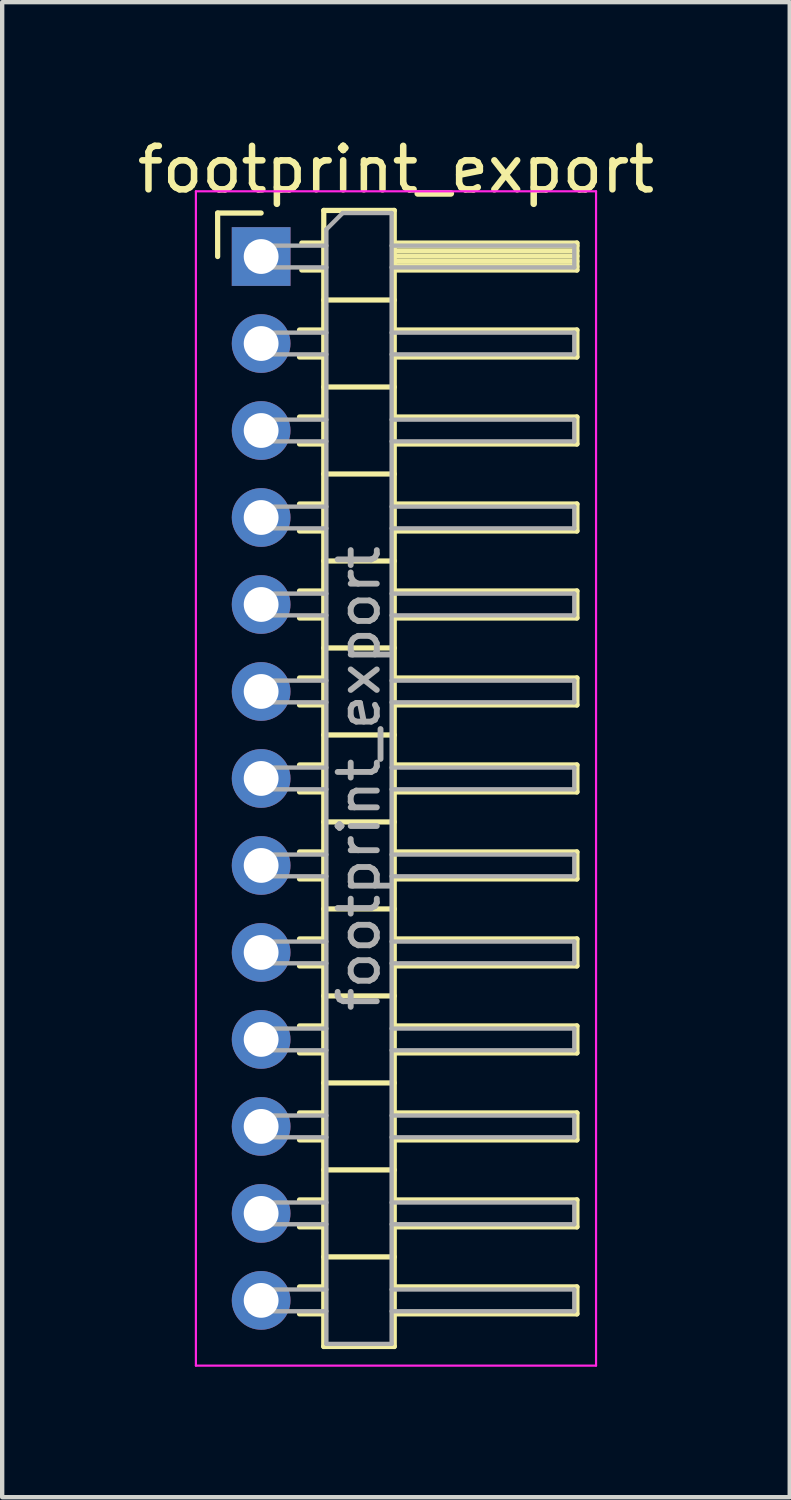
<source format=kicad_pcb>
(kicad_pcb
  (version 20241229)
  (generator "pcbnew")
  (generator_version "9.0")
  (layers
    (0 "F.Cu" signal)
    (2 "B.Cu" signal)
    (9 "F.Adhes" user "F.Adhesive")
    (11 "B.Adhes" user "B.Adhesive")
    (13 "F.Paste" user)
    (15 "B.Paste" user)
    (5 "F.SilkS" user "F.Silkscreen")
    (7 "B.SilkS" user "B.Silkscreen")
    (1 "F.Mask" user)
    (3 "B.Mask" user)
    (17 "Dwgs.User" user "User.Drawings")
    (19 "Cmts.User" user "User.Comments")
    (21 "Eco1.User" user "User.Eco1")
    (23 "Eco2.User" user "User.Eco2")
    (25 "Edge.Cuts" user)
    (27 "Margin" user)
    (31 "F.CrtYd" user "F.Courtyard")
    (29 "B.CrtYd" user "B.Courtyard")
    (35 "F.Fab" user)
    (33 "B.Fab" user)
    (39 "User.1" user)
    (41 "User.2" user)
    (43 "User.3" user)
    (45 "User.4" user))
  (footprint "footprint_export"
    (layer "F.Cu")
    (at 2.954 2.848)
    (property "Reference" "footprint_export" (at 3.1 -2 0) (layer "F.SilkS") (effects (font (size 1 1) (thickness 0.15))))
    (attr through_hole)
    (fp_line (start -1 -1) (end 0 -1) (stroke (width 0.12) (type solid)) (layer "F.SilkS"))
    (fp_line (start -1 0) (end -1 -1) (stroke (width 0.12) (type solid)) (layer "F.SilkS"))
    (fp_line (start 0.882 1.69) (end 1.44 1.69) (stroke (width 0.12) (type solid)) (layer "F.SilkS"))
    (fp_line (start 0.882 2.31) (end 1.44 2.31) (stroke (width 0.12) (type solid)) (layer "F.SilkS"))
    (fp_line (start 0.882 3.69) (end 1.44 3.69) (stroke (width 0.12) (type solid)) (layer "F.SilkS"))
    (fp_line (start 0.882 4.31) (end 1.44 4.31) (stroke (width 0.12) (type solid)) (layer "F.SilkS"))
    (fp_line (start 0.882 5.69) (end 1.44 5.69) (stroke (width 0.12) (type solid)) (layer "F.SilkS"))
    (fp_line (start 0.882 6.31) (end 1.44 6.31) (stroke (width 0.12) (type solid)) (layer "F.SilkS"))
    (fp_line (start 0.882 7.69) (end 1.44 7.69) (stroke (width 0.12) (type solid)) (layer "F.SilkS"))
    (fp_line (start 0.882 8.31) (end 1.44 8.31) (stroke (width 0.12) (type solid)) (layer "F.SilkS"))
    (fp_line (start 0.882 9.69) (end 1.44 9.69) (stroke (width 0.12) (type solid)) (layer "F.SilkS"))
    (fp_line (start 0.882 10.31) (end 1.44 10.31) (stroke (width 0.12) (type solid)) (layer "F.SilkS"))
    (fp_line (start 0.882 11.69) (end 1.44 11.69) (stroke (width 0.12) (type solid)) (layer "F.SilkS"))
    (fp_line (start 0.882 12.31) (end 1.44 12.31) (stroke (width 0.12) (type solid)) (layer "F.SilkS"))
    (fp_line (start 0.882 13.69) (end 1.44 13.69) (stroke (width 0.12) (type solid)) (layer "F.SilkS"))
    (fp_line (start 0.882 14.31) (end 1.44 14.31) (stroke (width 0.12) (type solid)) (layer "F.SilkS"))
    (fp_line (start 0.882 15.69) (end 1.44 15.69) (stroke (width 0.12) (type solid)) (layer "F.SilkS"))
    (fp_line (start 0.882 16.31) (end 1.44 16.31) (stroke (width 0.12) (type solid)) (layer "F.SilkS"))
    (fp_line (start 0.882 17.69) (end 1.44 17.69) (stroke (width 0.12) (type solid)) (layer "F.SilkS"))
    (fp_line (start 0.882 18.31) (end 1.44 18.31) (stroke (width 0.12) (type solid)) (layer "F.SilkS"))
    (fp_line (start 0.882 19.69) (end 1.44 19.69) (stroke (width 0.12) (type solid)) (layer "F.SilkS"))
    (fp_line (start 0.882 20.31) (end 1.44 20.31) (stroke (width 0.12) (type solid)) (layer "F.SilkS"))
    (fp_line (start 0.882 21.69) (end 1.44 21.69) (stroke (width 0.12) (type solid)) (layer "F.SilkS"))
    (fp_line (start 0.882 22.31) (end 1.44 22.31) (stroke (width 0.12) (type solid)) (layer "F.SilkS"))
    (fp_line (start 0.882 23.69) (end 1.44 23.69) (stroke (width 0.12) (type solid)) (layer "F.SilkS"))
    (fp_line (start 0.882 24.31) (end 1.44 24.31) (stroke (width 0.12) (type solid)) (layer "F.SilkS"))
    (fp_line (start 0.935 -0.31) (end 1.44 -0.31) (stroke (width 0.12) (type solid)) (layer "F.SilkS"))
    (fp_line (start 0.935 0.31) (end 1.44 0.31) (stroke (width 0.12) (type solid)) (layer "F.SilkS"))
    (fp_line (start 1.44 -1.06) (end 1.44 25.06) (stroke (width 0.12) (type solid)) (layer "F.SilkS"))
    (fp_line (start 1.44 1) (end 3.06 1) (stroke (width 0.12) (type solid)) (layer "F.SilkS"))
    (fp_line (start 1.44 3) (end 3.06 3) (stroke (width 0.12) (type solid)) (layer "F.SilkS"))
    (fp_line (start 1.44 5) (end 3.06 5) (stroke (width 0.12) (type solid)) (layer "F.SilkS"))
    (fp_line (start 1.44 7) (end 3.06 7) (stroke (width 0.12) (type solid)) (layer "F.SilkS"))
    (fp_line (start 1.44 9) (end 3.06 9) (stroke (width 0.12) (type solid)) (layer "F.SilkS"))
    (fp_line (start 1.44 11) (end 3.06 11) (stroke (width 0.12) (type solid)) (layer "F.SilkS"))
    (fp_line (start 1.44 13) (end 3.06 13) (stroke (width 0.12) (type solid)) (layer "F.SilkS"))
    (fp_line (start 1.44 15) (end 3.06 15) (stroke (width 0.12) (type solid)) (layer "F.SilkS"))
    (fp_line (start 1.44 17) (end 3.06 17) (stroke (width 0.12) (type solid)) (layer "F.SilkS"))
    (fp_line (start 1.44 19) (end 3.06 19) (stroke (width 0.12) (type solid)) (layer "F.SilkS"))
    (fp_line (start 1.44 21) (end 3.06 21) (stroke (width 0.12) (type solid)) (layer "F.SilkS"))
    (fp_line (start 1.44 23) (end 3.06 23) (stroke (width 0.12) (type solid)) (layer "F.SilkS"))
    (fp_line (start 1.44 25.06) (end 3.06 25.06) (stroke (width 0.12) (type solid)) (layer "F.SilkS"))
    (fp_line (start 3.06 -1.06) (end 1.44 -1.06) (stroke (width 0.12) (type solid)) (layer "F.SilkS"))
    (fp_line (start 3.06 -0.31) (end 7.26 -0.31) (stroke (width 0.12) (type solid)) (layer "F.SilkS"))
    (fp_line (start 3.06 -0.25) (end 7.26 -0.25) (stroke (width 0.12) (type solid)) (layer "F.SilkS"))
    (fp_line (start 3.06 -0.13) (end 7.26 -0.13) (stroke (width 0.12) (type solid)) (layer "F.SilkS"))
    (fp_line (start 3.06 -0.01) (end 7.26 -0.01) (stroke (width 0.12) (type solid)) (layer "F.SilkS"))
    (fp_line (start 3.06 0.11) (end 7.26 0.11) (stroke (width 0.12) (type solid)) (layer "F.SilkS"))
    (fp_line (start 3.06 0.23) (end 7.26 0.23) (stroke (width 0.12) (type solid)) (layer "F.SilkS"))
    (fp_line (start 3.06 1.69) (end 7.26 1.69) (stroke (width 0.12) (type solid)) (layer "F.SilkS"))
    (fp_line (start 3.06 3.69) (end 7.26 3.69) (stroke (width 0.12) (type solid)) (layer "F.SilkS"))
    (fp_line (start 3.06 5.69) (end 7.26 5.69) (stroke (width 0.12) (type solid)) (layer "F.SilkS"))
    (fp_line (start 3.06 7.69) (end 7.26 7.69) (stroke (width 0.12) (type solid)) (layer "F.SilkS"))
    (fp_line (start 3.06 9.69) (end 7.26 9.69) (stroke (width 0.12) (type solid)) (layer "F.SilkS"))
    (fp_line (start 3.06 11.69) (end 7.26 11.69) (stroke (width 0.12) (type solid)) (layer "F.SilkS"))
    (fp_line (start 3.06 13.69) (end 7.26 13.69) (stroke (width 0.12) (type solid)) (layer "F.SilkS"))
    (fp_line (start 3.06 15.69) (end 7.26 15.69) (stroke (width 0.12) (type solid)) (layer "F.SilkS"))
    (fp_line (start 3.06 17.69) (end 7.26 17.69) (stroke (width 0.12) (type solid)) (layer "F.SilkS"))
    (fp_line (start 3.06 19.69) (end 7.26 19.69) (stroke (width 0.12) (type solid)) (layer "F.SilkS"))
    (fp_line (start 3.06 21.69) (end 7.26 21.69) (stroke (width 0.12) (type solid)) (layer "F.SilkS"))
    (fp_line (start 3.06 23.69) (end 7.26 23.69) (stroke (width 0.12) (type solid)) (layer "F.SilkS"))
    (fp_line (start 3.06 25.06) (end 3.06 -1.06) (stroke (width 0.12) (type solid)) (layer "F.SilkS"))
    (fp_line (start 7.26 -0.31) (end 7.26 0.31) (stroke (width 0.12) (type solid)) (layer "F.SilkS"))
    (fp_line (start 7.26 0.31) (end 3.06 0.31) (stroke (width 0.12) (type solid)) (layer "F.SilkS"))
    (fp_line (start 7.26 1.69) (end 7.26 2.31) (stroke (width 0.12) (type solid)) (layer "F.SilkS"))
    (fp_line (start 7.26 2.31) (end 3.06 2.31) (stroke (width 0.12) (type solid)) (layer "F.SilkS"))
    (fp_line (start 7.26 3.69) (end 7.26 4.31) (stroke (width 0.12) (type solid)) (layer "F.SilkS"))
    (fp_line (start 7.26 4.31) (end 3.06 4.31) (stroke (width 0.12) (type solid)) (layer "F.SilkS"))
    (fp_line (start 7.26 5.69) (end 7.26 6.31) (stroke (width 0.12) (type solid)) (layer "F.SilkS"))
    (fp_line (start 7.26 6.31) (end 3.06 6.31) (stroke (width 0.12) (type solid)) (layer "F.SilkS"))
    (fp_line (start 7.26 7.69) (end 7.26 8.31) (stroke (width 0.12) (type solid)) (layer "F.SilkS"))
    (fp_line (start 7.26 8.31) (end 3.06 8.31) (stroke (width 0.12) (type solid)) (layer "F.SilkS"))
    (fp_line (start 7.26 9.69) (end 7.26 10.31) (stroke (width 0.12) (type solid)) (layer "F.SilkS"))
    (fp_line (start 7.26 10.31) (end 3.06 10.31) (stroke (width 0.12) (type solid)) (layer "F.SilkS"))
    (fp_line (start 7.26 11.69) (end 7.26 12.31) (stroke (width 0.12) (type solid)) (layer "F.SilkS"))
    (fp_line (start 7.26 12.31) (end 3.06 12.31) (stroke (width 0.12) (type solid)) (layer "F.SilkS"))
    (fp_line (start 7.26 13.69) (end 7.26 14.31) (stroke (width 0.12) (type solid)) (layer "F.SilkS"))
    (fp_line (start 7.26 14.31) (end 3.06 14.31) (stroke (width 0.12) (type solid)) (layer "F.SilkS"))
    (fp_line (start 7.26 15.69) (end 7.26 16.31) (stroke (width 0.12) (type solid)) (layer "F.SilkS"))
    (fp_line (start 7.26 16.31) (end 3.06 16.31) (stroke (width 0.12) (type solid)) (layer "F.SilkS"))
    (fp_line (start 7.26 17.69) (end 7.26 18.31) (stroke (width 0.12) (type solid)) (layer "F.SilkS"))
    (fp_line (start 7.26 18.31) (end 3.06 18.31) (stroke (width 0.12) (type solid)) (layer "F.SilkS"))
    (fp_line (start 7.26 19.69) (end 7.26 20.31) (stroke (width 0.12) (type solid)) (layer "F.SilkS"))
    (fp_line (start 7.26 20.31) (end 3.06 20.31) (stroke (width 0.12) (type solid)) (layer "F.SilkS"))
    (fp_line (start 7.26 21.69) (end 7.26 22.31) (stroke (width 0.12) (type solid)) (layer "F.SilkS"))
    (fp_line (start 7.26 22.31) (end 3.06 22.31) (stroke (width 0.12) (type solid)) (layer "F.SilkS"))
    (fp_line (start 7.26 23.69) (end 7.26 24.31) (stroke (width 0.12) (type solid)) (layer "F.SilkS"))
    (fp_line (start 7.26 24.31) (end 3.06 24.31) (stroke (width 0.12) (type solid)) (layer "F.SilkS"))
    (fp_line (start -1.5 -1.5) (end -1.5 25.5) (stroke (width 0.05) (type solid)) (layer "F.CrtYd"))
    (fp_line (start -1.5 25.5) (end 7.7 25.5) (stroke (width 0.05) (type solid)) (layer "F.CrtYd"))
    (fp_line (start 7.7 -1.5) (end -1.5 -1.5) (stroke (width 0.05) (type solid)) (layer "F.CrtYd"))
    (fp_line (start 7.7 25.5) (end 7.7 -1.5) (stroke (width 0.05) (type solid)) (layer "F.CrtYd"))
    (fp_line (start -0.25 -0.25) (end -0.25 0.25) (stroke (width 0.1) (type solid)) (layer "F.Fab"))
    (fp_line (start -0.25 -0.25) (end 1.5 -0.25) (stroke (width 0.1) (type solid)) (layer "F.Fab"))
    (fp_line (start -0.25 0.25) (end 1.5 0.25) (stroke (width 0.1) (type solid)) (layer "F.Fab"))
    (fp_line (start -0.25 1.75) (end -0.25 2.25) (stroke (width 0.1) (type solid)) (layer "F.Fab"))
    (fp_line (start -0.25 1.75) (end 1.5 1.75) (stroke (width 0.1) (type solid)) (layer "F.Fab"))
    (fp_line (start -0.25 2.25) (end 1.5 2.25) (stroke (width 0.1) (type solid)) (layer "F.Fab"))
    (fp_line (start -0.25 3.75) (end -0.25 4.25) (stroke (width 0.1) (type solid)) (layer "F.Fab"))
    (fp_line (start -0.25 3.75) (end 1.5 3.75) (stroke (width 0.1) (type solid)) (layer "F.Fab"))
    (fp_line (start -0.25 4.25) (end 1.5 4.25) (stroke (width 0.1) (type solid)) (layer "F.Fab"))
    (fp_line (start -0.25 5.75) (end -0.25 6.25) (stroke (width 0.1) (type solid)) (layer "F.Fab"))
    (fp_line (start -0.25 5.75) (end 1.5 5.75) (stroke (width 0.1) (type solid)) (layer "F.Fab"))
    (fp_line (start -0.25 6.25) (end 1.5 6.25) (stroke (width 0.1) (type solid)) (layer "F.Fab"))
    (fp_line (start -0.25 7.75) (end -0.25 8.25) (stroke (width 0.1) (type solid)) (layer "F.Fab"))
    (fp_line (start -0.25 7.75) (end 1.5 7.75) (stroke (width 0.1) (type solid)) (layer "F.Fab"))
    (fp_line (start -0.25 8.25) (end 1.5 8.25) (stroke (width 0.1) (type solid)) (layer "F.Fab"))
    (fp_line (start -0.25 9.75) (end -0.25 10.25) (stroke (width 0.1) (type solid)) (layer "F.Fab"))
    (fp_line (start -0.25 9.75) (end 1.5 9.75) (stroke (width 0.1) (type solid)) (layer "F.Fab"))
    (fp_line (start -0.25 10.25) (end 1.5 10.25) (stroke (width 0.1) (type solid)) (layer "F.Fab"))
    (fp_line (start -0.25 11.75) (end -0.25 12.25) (stroke (width 0.1) (type solid)) (layer "F.Fab"))
    (fp_line (start -0.25 11.75) (end 1.5 11.75) (stroke (width 0.1) (type solid)) (layer "F.Fab"))
    (fp_line (start -0.25 12.25) (end 1.5 12.25) (stroke (width 0.1) (type solid)) (layer "F.Fab"))
    (fp_line (start -0.25 13.75) (end -0.25 14.25) (stroke (width 0.1) (type solid)) (layer "F.Fab"))
    (fp_line (start -0.25 13.75) (end 1.5 13.75) (stroke (width 0.1) (type solid)) (layer "F.Fab"))
    (fp_line (start -0.25 14.25) (end 1.5 14.25) (stroke (width 0.1) (type solid)) (layer "F.Fab"))
    (fp_line (start -0.25 15.75) (end -0.25 16.25) (stroke (width 0.1) (type solid)) (layer "F.Fab"))
    (fp_line (start -0.25 15.75) (end 1.5 15.75) (stroke (width 0.1) (type solid)) (layer "F.Fab"))
    (fp_line (start -0.25 16.25) (end 1.5 16.25) (stroke (width 0.1) (type solid)) (layer "F.Fab"))
    (fp_line (start -0.25 17.75) (end -0.25 18.25) (stroke (width 0.1) (type solid)) (layer "F.Fab"))
    (fp_line (start -0.25 17.75) (end 1.5 17.75) (stroke (width 0.1) (type solid)) (layer "F.Fab"))
    (fp_line (start -0.25 18.25) (end 1.5 18.25) (stroke (width 0.1) (type solid)) (layer "F.Fab"))
    (fp_line (start -0.25 19.75) (end -0.25 20.25) (stroke (width 0.1) (type solid)) (layer "F.Fab"))
    (fp_line (start -0.25 19.75) (end 1.5 19.75) (stroke (width 0.1) (type solid)) (layer "F.Fab"))
    (fp_line (start -0.25 20.25) (end 1.5 20.25) (stroke (width 0.1) (type solid)) (layer "F.Fab"))
    (fp_line (start -0.25 21.75) (end -0.25 22.25) (stroke (width 0.1) (type solid)) (layer "F.Fab"))
    (fp_line (start -0.25 21.75) (end 1.5 21.75) (stroke (width 0.1) (type solid)) (layer "F.Fab"))
    (fp_line (start -0.25 22.25) (end 1.5 22.25) (stroke (width 0.1) (type solid)) (layer "F.Fab"))
    (fp_line (start -0.25 23.75) (end -0.25 24.25) (stroke (width 0.1) (type solid)) (layer "F.Fab"))
    (fp_line (start -0.25 23.75) (end 1.5 23.75) (stroke (width 0.1) (type solid)) (layer "F.Fab"))
    (fp_line (start -0.25 24.25) (end 1.5 24.25) (stroke (width 0.1) (type solid)) (layer "F.Fab"))
    (fp_line (start 1.5 -0.625) (end 1.875 -1) (stroke (width 0.1) (type solid)) (layer "F.Fab"))
    (fp_line (start 1.5 25) (end 1.5 -0.625) (stroke (width 0.1) (type solid)) (layer "F.Fab"))
    (fp_line (start 1.875 -1) (end 3 -1) (stroke (width 0.1) (type solid)) (layer "F.Fab"))
    (fp_line (start 3 -1) (end 3 25) (stroke (width 0.1) (type solid)) (layer "F.Fab"))
    (fp_line (start 3 -0.25) (end 7.2 -0.25) (stroke (width 0.1) (type solid)) (layer "F.Fab"))
    (fp_line (start 3 0.25) (end 7.2 0.25) (stroke (width 0.1) (type solid)) (layer "F.Fab"))
    (fp_line (start 3 1.75) (end 7.2 1.75) (stroke (width 0.1) (type solid)) (layer "F.Fab"))
    (fp_line (start 3 2.25) (end 7.2 2.25) (stroke (width 0.1) (type solid)) (layer "F.Fab"))
    (fp_line (start 3 3.75) (end 7.2 3.75) (stroke (width 0.1) (type solid)) (layer "F.Fab"))
    (fp_line (start 3 4.25) (end 7.2 4.25) (stroke (width 0.1) (type solid)) (layer "F.Fab"))
    (fp_line (start 3 5.75) (end 7.2 5.75) (stroke (width 0.1) (type solid)) (layer "F.Fab"))
    (fp_line (start 3 6.25) (end 7.2 6.25) (stroke (width 0.1) (type solid)) (layer "F.Fab"))
    (fp_line (start 3 7.75) (end 7.2 7.75) (stroke (width 0.1) (type solid)) (layer "F.Fab"))
    (fp_line (start 3 8.25) (end 7.2 8.25) (stroke (width 0.1) (type solid)) (layer "F.Fab"))
    (fp_line (start 3 9.75) (end 7.2 9.75) (stroke (width 0.1) (type solid)) (layer "F.Fab"))
    (fp_line (start 3 10.25) (end 7.2 10.25) (stroke (width 0.1) (type solid)) (layer "F.Fab"))
    (fp_line (start 3 11.75) (end 7.2 11.75) (stroke (width 0.1) (type solid)) (layer "F.Fab"))
    (fp_line (start 3 12.25) (end 7.2 12.25) (stroke (width 0.1) (type solid)) (layer "F.Fab"))
    (fp_line (start 3 13.75) (end 7.2 13.75) (stroke (width 0.1) (type solid)) (layer "F.Fab"))
    (fp_line (start 3 14.25) (end 7.2 14.25) (stroke (width 0.1) (type solid)) (layer "F.Fab"))
    (fp_line (start 3 15.75) (end 7.2 15.75) (stroke (width 0.1) (type solid)) (layer "F.Fab"))
    (fp_line (start 3 16.25) (end 7.2 16.25) (stroke (width 0.1) (type solid)) (layer "F.Fab"))
    (fp_line (start 3 17.75) (end 7.2 17.75) (stroke (width 0.1) (type solid)) (layer "F.Fab"))
    (fp_line (start 3 18.25) (end 7.2 18.25) (stroke (width 0.1) (type solid)) (layer "F.Fab"))
    (fp_line (start 3 19.75) (end 7.2 19.75) (stroke (width 0.1) (type solid)) (layer "F.Fab"))
    (fp_line (start 3 20.25) (end 7.2 20.25) (stroke (width 0.1) (type solid)) (layer "F.Fab"))
    (fp_line (start 3 21.75) (end 7.2 21.75) (stroke (width 0.1) (type solid)) (layer "F.Fab"))
    (fp_line (start 3 22.25) (end 7.2 22.25) (stroke (width 0.1) (type solid)) (layer "F.Fab"))
    (fp_line (start 3 23.75) (end 7.2 23.75) (stroke (width 0.1) (type solid)) (layer "F.Fab"))
    (fp_line (start 3 24.25) (end 7.2 24.25) (stroke (width 0.1) (type solid)) (layer "F.Fab"))
    (fp_line (start 3 25) (end 1.5 25) (stroke (width 0.1) (type solid)) (layer "F.Fab"))
    (fp_line (start 7.2 -0.25) (end 7.2 0.25) (stroke (width 0.1) (type solid)) (layer "F.Fab"))
    (fp_line (start 7.2 1.75) (end 7.2 2.25) (stroke (width 0.1) (type solid)) (layer "F.Fab"))
    (fp_line (start 7.2 3.75) (end 7.2 4.25) (stroke (width 0.1) (type solid)) (layer "F.Fab"))
    (fp_line (start 7.2 5.75) (end 7.2 6.25) (stroke (width 0.1) (type solid)) (layer "F.Fab"))
    (fp_line (start 7.2 7.75) (end 7.2 8.25) (stroke (width 0.1) (type solid)) (layer "F.Fab"))
    (fp_line (start 7.2 9.75) (end 7.2 10.25) (stroke (width 0.1) (type solid)) (layer "F.Fab"))
    (fp_line (start 7.2 11.75) (end 7.2 12.25) (stroke (width 0.1) (type solid)) (layer "F.Fab"))
    (fp_line (start 7.2 13.75) (end 7.2 14.25) (stroke (width 0.1) (type solid)) (layer "F.Fab"))
    (fp_line (start 7.2 15.75) (end 7.2 16.25) (stroke (width 0.1) (type solid)) (layer "F.Fab"))
    (fp_line (start 7.2 17.75) (end 7.2 18.25) (stroke (width 0.1) (type solid)) (layer "F.Fab"))
    (fp_line (start 7.2 19.75) (end 7.2 20.25) (stroke (width 0.1) (type solid)) (layer "F.Fab"))
    (fp_line (start 7.2 21.75) (end 7.2 22.25) (stroke (width 0.1) (type solid)) (layer "F.Fab"))
    (fp_line (start 7.2 23.75) (end 7.2 24.25) (stroke (width 0.1) (type solid)) (layer "F.Fab"))
    (fp_text user "${REFERENCE}" (at 2.25 12 90) (layer "F.Fab") (effects (font (size 0.9 0.9) (thickness 0.135))))
    (pad "1" thru_hole rect (at 0 0) (size 1.35 1.35) (drill 0.8) (layers "*.Cu" "*.Mask"))
    (pad "2" thru_hole oval (at 0 2) (size 1.35 1.35) (drill 0.8) (layers "*.Cu" "*.Mask"))
    (pad "3" thru_hole oval (at 0 4) (size 1.35 1.35) (drill 0.8) (layers "*.Cu" "*.Mask"))
    (pad "4" thru_hole oval (at 0 6) (size 1.35 1.35) (drill 0.8) (layers "*.Cu" "*.Mask"))
    (pad "5" thru_hole oval (at 0 8) (size 1.35 1.35) (drill 0.8) (layers "*.Cu" "*.Mask"))
    (pad "6" thru_hole oval (at 0 10) (size 1.35 1.35) (drill 0.8) (layers "*.Cu" "*.Mask"))
    (pad "7" thru_hole oval (at 0 12) (size 1.35 1.35) (drill 0.8) (layers "*.Cu" "*.Mask"))
    (pad "8" thru_hole oval (at 0 14) (size 1.35 1.35) (drill 0.8) (layers "*.Cu" "*.Mask"))
    (pad "9" thru_hole oval (at 0 16) (size 1.35 1.35) (drill 0.8) (layers "*.Cu" "*.Mask"))
    (pad "10" thru_hole oval (at 0 18) (size 1.35 1.35) (drill 0.8) (layers "*.Cu" "*.Mask"))
    (pad "11" thru_hole oval (at 0 20) (size 1.35 1.35) (drill 0.8) (layers "*.Cu" "*.Mask"))
    (pad "12" thru_hole oval (at 0 22) (size 1.35 1.35) (drill 0.8) (layers "*.Cu" "*.Mask"))
    (pad "13" thru_hole oval (at 0 24) (size 1.35 1.35) (drill 0.8) (layers "*.Cu" "*.Mask")))
  (gr_rect
    (start -3 -3)
    (end 15.107 31.373)
    (stroke (width 0.1) (type default))
    (fill no)
    (layer "Edge.Cuts")))
</source>
